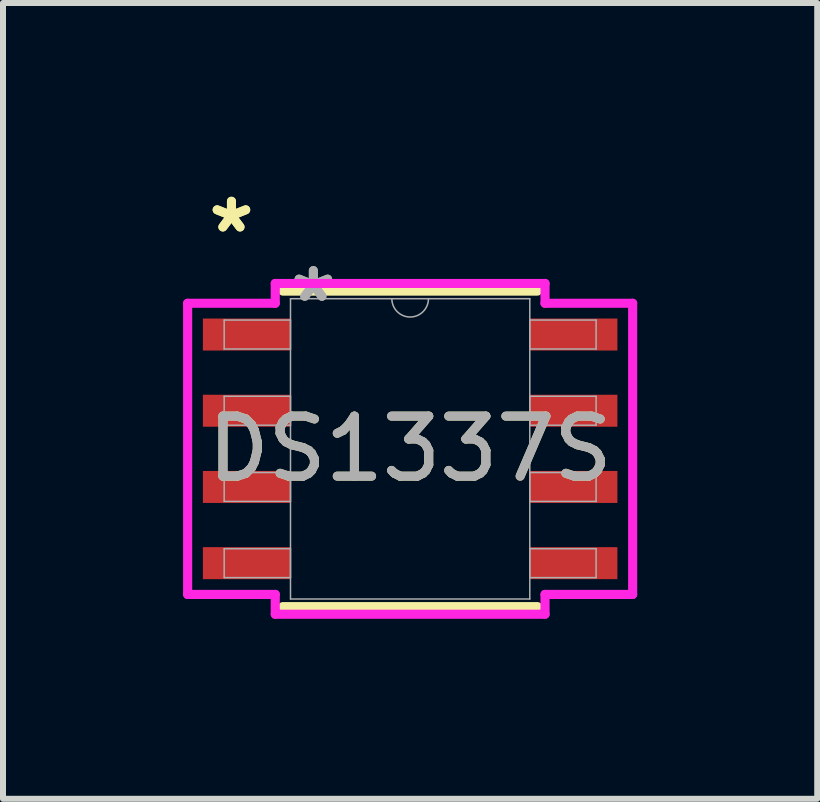
<source format=kicad_pcb>
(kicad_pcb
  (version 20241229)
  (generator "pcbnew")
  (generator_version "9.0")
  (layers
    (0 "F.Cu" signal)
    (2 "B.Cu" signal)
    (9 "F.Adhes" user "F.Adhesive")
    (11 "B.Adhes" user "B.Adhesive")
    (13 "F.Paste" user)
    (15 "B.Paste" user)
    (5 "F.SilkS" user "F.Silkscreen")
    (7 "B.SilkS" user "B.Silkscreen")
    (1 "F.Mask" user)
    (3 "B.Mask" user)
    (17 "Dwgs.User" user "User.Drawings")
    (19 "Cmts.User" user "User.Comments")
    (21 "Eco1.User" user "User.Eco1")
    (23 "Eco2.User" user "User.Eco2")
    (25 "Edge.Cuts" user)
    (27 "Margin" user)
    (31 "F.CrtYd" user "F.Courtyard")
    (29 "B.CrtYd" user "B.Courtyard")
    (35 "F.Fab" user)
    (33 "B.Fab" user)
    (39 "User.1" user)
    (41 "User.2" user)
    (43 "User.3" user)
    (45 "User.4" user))
  (footprint "DS1337S"
    (layer "F.Cu")
    (at 3.785 4.43)
    (property "Reference" "DS1337S" (at 0 0 0) (unlocked yes) (layer "F.SilkS") (effects (font (size 1 1) (thickness 0.15))))
    (attr smd)
    (fp_line (start -2.121 2.629) (end 2.121 2.629) (stroke (width 0.152) (type solid)) (layer "F.SilkS"))
    (fp_line (start 2.121 -2.629) (end -2.121 -2.629) (stroke (width 0.152) (type solid)) (layer "F.SilkS"))
    (fp_line (start -3.708 -2.426) (end -2.248 -2.426) (stroke (width 0.152) (type solid)) (layer "F.CrtYd"))
    (fp_line (start -3.708 2.426) (end -3.708 -2.426) (stroke (width 0.152) (type solid)) (layer "F.CrtYd"))
    (fp_line (start -3.708 2.426) (end -2.248 2.426) (stroke (width 0.152) (type solid)) (layer "F.CrtYd"))
    (fp_line (start -2.248 -2.756) (end 2.248 -2.756) (stroke (width 0.152) (type solid)) (layer "F.CrtYd"))
    (fp_line (start -2.248 -2.426) (end -2.248 -2.756) (stroke (width 0.152) (type solid)) (layer "F.CrtYd"))
    (fp_line (start -2.248 2.756) (end -2.248 2.426) (stroke (width 0.152) (type solid)) (layer "F.CrtYd"))
    (fp_line (start 2.248 -2.756) (end 2.248 -2.426) (stroke (width 0.152) (type solid)) (layer "F.CrtYd"))
    (fp_line (start 2.248 2.426) (end 2.248 2.756) (stroke (width 0.152) (type solid)) (layer "F.CrtYd"))
    (fp_line (start 2.248 2.756) (end -2.248 2.756) (stroke (width 0.152) (type solid)) (layer "F.CrtYd"))
    (fp_line (start 3.708 -2.426) (end 2.248 -2.426) (stroke (width 0.152) (type solid)) (layer "F.CrtYd"))
    (fp_line (start 3.708 -2.426) (end 3.708 2.426) (stroke (width 0.152) (type solid)) (layer "F.CrtYd"))
    (fp_line (start 3.708 2.426) (end 2.248 2.426) (stroke (width 0.152) (type solid)) (layer "F.CrtYd"))
    (fp_line (start -3.099 -2.146) (end -3.099 -1.664) (stroke (width 0.025) (type solid)) (layer "F.Fab"))
    (fp_line (start -3.099 -1.664) (end -1.994 -1.664) (stroke (width 0.025) (type solid)) (layer "F.Fab"))
    (fp_line (start -3.099 -0.876) (end -3.099 -0.394) (stroke (width 0.025) (type solid)) (layer "F.Fab"))
    (fp_line (start -3.099 -0.394) (end -1.994 -0.394) (stroke (width 0.025) (type solid)) (layer "F.Fab"))
    (fp_line (start -3.099 0.394) (end -3.099 0.876) (stroke (width 0.025) (type solid)) (layer "F.Fab"))
    (fp_line (start -3.099 0.876) (end -1.994 0.876) (stroke (width 0.025) (type solid)) (layer "F.Fab"))
    (fp_line (start -3.099 1.664) (end -3.099 2.146) (stroke (width 0.025) (type solid)) (layer "F.Fab"))
    (fp_line (start -3.099 2.146) (end -1.994 2.146) (stroke (width 0.025) (type solid)) (layer "F.Fab"))
    (fp_line (start -1.994 -2.502) (end -1.994 2.502) (stroke (width 0.025) (type solid)) (layer "F.Fab"))
    (fp_line (start -1.994 -2.146) (end -3.099 -2.146) (stroke (width 0.025) (type solid)) (layer "F.Fab"))
    (fp_line (start -1.994 -1.664) (end -1.994 -2.146) (stroke (width 0.025) (type solid)) (layer "F.Fab"))
    (fp_line (start -1.994 -0.876) (end -3.099 -0.876) (stroke (width 0.025) (type solid)) (layer "F.Fab"))
    (fp_line (start -1.994 -0.394) (end -1.994 -0.876) (stroke (width 0.025) (type solid)) (layer "F.Fab"))
    (fp_line (start -1.994 0.394) (end -3.099 0.394) (stroke (width 0.025) (type solid)) (layer "F.Fab"))
    (fp_line (start -1.994 0.876) (end -1.994 0.394) (stroke (width 0.025) (type solid)) (layer "F.Fab"))
    (fp_line (start -1.994 1.664) (end -3.099 1.664) (stroke (width 0.025) (type solid)) (layer "F.Fab"))
    (fp_line (start -1.994 2.146) (end -1.994 1.664) (stroke (width 0.025) (type solid)) (layer "F.Fab"))
    (fp_line (start -1.994 2.502) (end 1.994 2.502) (stroke (width 0.025) (type solid)) (layer "F.Fab"))
    (fp_line (start 1.994 -2.502) (end -1.994 -2.502) (stroke (width 0.025) (type solid)) (layer "F.Fab"))
    (fp_line (start 1.994 -2.146) (end 1.994 -1.664) (stroke (width 0.025) (type solid)) (layer "F.Fab"))
    (fp_line (start 1.994 -1.664) (end 3.099 -1.664) (stroke (width 0.025) (type solid)) (layer "F.Fab"))
    (fp_line (start 1.994 -0.876) (end 1.994 -0.394) (stroke (width 0.025) (type solid)) (layer "F.Fab"))
    (fp_line (start 1.994 -0.394) (end 3.099 -0.394) (stroke (width 0.025) (type solid)) (layer "F.Fab"))
    (fp_line (start 1.994 0.394) (end 1.994 0.876) (stroke (width 0.025) (type solid)) (layer "F.Fab"))
    (fp_line (start 1.994 0.876) (end 3.099 0.876) (stroke (width 0.025) (type solid)) (layer "F.Fab"))
    (fp_line (start 1.994 1.664) (end 1.994 2.146) (stroke (width 0.025) (type solid)) (layer "F.Fab"))
    (fp_line (start 1.994 2.146) (end 3.099 2.146) (stroke (width 0.025) (type solid)) (layer "F.Fab"))
    (fp_line (start 1.994 2.502) (end 1.994 -2.502) (stroke (width 0.025) (type solid)) (layer "F.Fab"))
    (fp_line (start 3.099 -2.146) (end 1.994 -2.146) (stroke (width 0.025) (type solid)) (layer "F.Fab"))
    (fp_line (start 3.099 -1.664) (end 3.099 -2.146) (stroke (width 0.025) (type solid)) (layer "F.Fab"))
    (fp_line (start 3.099 -0.876) (end 1.994 -0.876) (stroke (width 0.025) (type solid)) (layer "F.Fab"))
    (fp_line (start 3.099 -0.394) (end 3.099 -0.876) (stroke (width 0.025) (type solid)) (layer "F.Fab"))
    (fp_line (start 3.099 0.394) (end 1.994 0.394) (stroke (width 0.025) (type solid)) (layer "F.Fab"))
    (fp_line (start 3.099 0.876) (end 3.099 0.394) (stroke (width 0.025) (type solid)) (layer "F.Fab"))
    (fp_line (start 3.099 1.664) (end 1.994 1.664) (stroke (width 0.025) (type solid)) (layer "F.Fab"))
    (fp_line (start 3.099 2.146) (end 3.099 1.664) (stroke (width 0.025) (type solid)) (layer "F.Fab"))
    (fp_arc (start 0.3048 -2.5019) (mid 0 -2.1971) (end -0.3048 -2.5019) (stroke (width 0.0254) (type solid)) (layer "F.Fab"))
    (fp_text user "*" (at -2.978 -3.581 0) (layer "F.SilkS") (effects (font (size 1 1) (thickness 0.15))))
    (fp_text user "*" (at -2.978 -3.581 0) (unlocked yes) (layer "F.SilkS") (effects (font (size 1 1) (thickness 0.15))))
    (fp_text user "${REFERENCE}" (at 0 0 0) (unlocked yes) (layer "F.Fab") (effects (font (size 1 1) (thickness 0.15))))
    (fp_text user "*" (at -1.613 -2.426 0) (unlocked yes) (layer "F.Fab") (effects (font (size 1 1) (thickness 0.15))))
    (fp_text user "*" (at -1.613 -2.426 0) (layer "F.Fab") (effects (font (size 1 1) (thickness 0.15))))
    (pad "1" smd rect (at -2.724 -1.905) (size 1.46 0.533) (layers "F.Cu" "F.Mask" "F.Paste"))
    (pad "2" smd rect (at -2.724 -0.635) (size 1.46 0.533) (layers "F.Cu" "F.Mask" "F.Paste"))
    (pad "3" smd rect (at -2.724 0.635) (size 1.46 0.533) (layers "F.Cu" "F.Mask" "F.Paste"))
    (pad "4" smd rect (at -2.724 1.905) (size 1.46 0.533) (layers "F.Cu" "F.Mask" "F.Paste"))
    (pad "5" smd rect (at 2.724 1.905) (size 1.46 0.533) (layers "F.Cu" "F.Mask" "F.Paste"))
    (pad "6" smd rect (at 2.724 0.635) (size 1.46 0.533) (layers "F.Cu" "F.Mask" "F.Paste"))
    (pad "7" smd rect (at 2.724 -0.635) (size 1.46 0.533) (layers "F.Cu" "F.Mask" "F.Paste"))
    (pad "8" smd rect (at 2.724 -1.905) (size 1.46 0.533) (layers "F.Cu" "F.Mask" "F.Paste")))
  (gr_rect
    (start -3 -3)
    (end 10.569 10.262)
    (stroke (width 0.1) (type default))
    (fill no)
    (layer "Edge.Cuts")))
</source>
